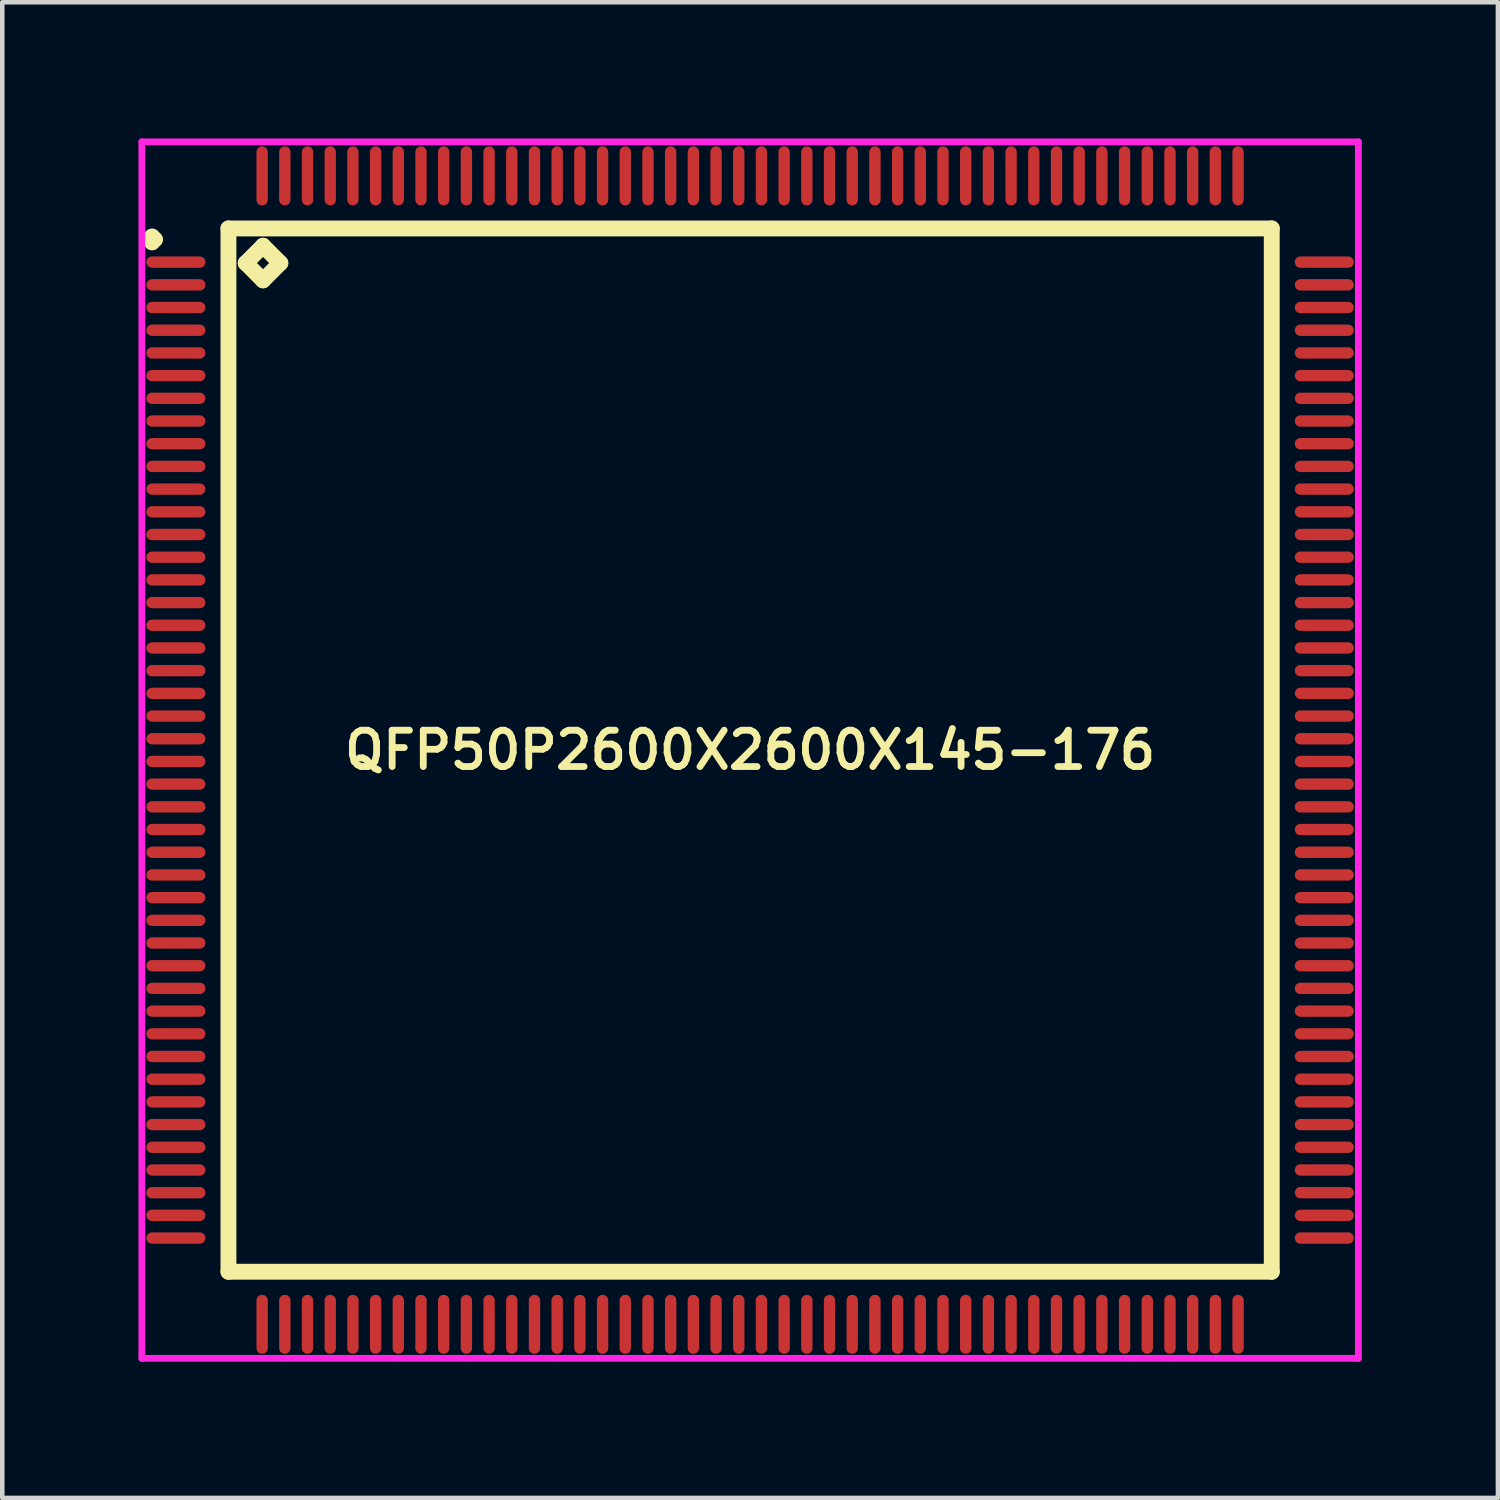
<source format=kicad_pcb>
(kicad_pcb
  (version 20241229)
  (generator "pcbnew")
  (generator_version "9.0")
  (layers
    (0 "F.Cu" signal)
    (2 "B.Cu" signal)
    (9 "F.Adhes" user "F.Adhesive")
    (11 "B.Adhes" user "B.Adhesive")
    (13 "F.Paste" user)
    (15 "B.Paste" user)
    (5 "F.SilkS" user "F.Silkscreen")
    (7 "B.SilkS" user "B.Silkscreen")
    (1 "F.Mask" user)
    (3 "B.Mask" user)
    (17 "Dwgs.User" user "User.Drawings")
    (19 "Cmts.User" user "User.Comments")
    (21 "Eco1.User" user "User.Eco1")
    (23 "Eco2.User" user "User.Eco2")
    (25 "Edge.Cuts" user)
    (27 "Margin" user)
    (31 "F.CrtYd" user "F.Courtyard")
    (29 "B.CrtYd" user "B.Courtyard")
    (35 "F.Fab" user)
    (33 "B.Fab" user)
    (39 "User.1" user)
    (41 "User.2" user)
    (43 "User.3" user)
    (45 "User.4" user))
  (footprint "QFP50P2600X2600X145-176"
    (layer "F.Cu")
    (at 13.475 13.475)
    (property "Reference" "QFP50P2600X2600X145-176" (at 0 0 0) (layer "F.SilkS") (effects (font (size 0.8 0.8) (thickness 0.15))))
    (attr through_hole)
    (fp_line (start -13.238 -11.25) (end -13.175 -11.312) (stroke (width 0.35) (type solid)) (layer "F.SilkS"))
    (fp_line (start -13.175 -11.312) (end -13.113 -11.25) (stroke (width 0.35) (type solid)) (layer "F.SilkS"))
    (fp_line (start -13.175 -11.188) (end -13.238 -11.25) (stroke (width 0.35) (type solid)) (layer "F.SilkS"))
    (fp_line (start -13.113 -11.25) (end -13.175 -11.188) (stroke (width 0.35) (type solid)) (layer "F.SilkS"))
    (fp_line (start -11.492 -11.492) (end -11.492 11.492) (stroke (width 0.35) (type solid)) (layer "F.SilkS"))
    (fp_line (start -11.492 11.492) (end 11.492 11.492) (stroke (width 0.35) (type solid)) (layer "F.SilkS"))
    (fp_line (start -11.111 -10.73) (end -10.73 -11.111) (stroke (width 0.35) (type solid)) (layer "F.SilkS"))
    (fp_line (start -10.73 -11.111) (end -10.349 -10.73) (stroke (width 0.35) (type solid)) (layer "F.SilkS"))
    (fp_line (start -10.73 -10.349) (end -11.111 -10.73) (stroke (width 0.35) (type solid)) (layer "F.SilkS"))
    (fp_line (start -10.349 -10.73) (end -10.73 -10.349) (stroke (width 0.35) (type solid)) (layer "F.SilkS"))
    (fp_line (start 11.492 -11.492) (end -11.492 -11.492) (stroke (width 0.35) (type solid)) (layer "F.SilkS"))
    (fp_line (start 11.492 11.492) (end 11.492 -11.492) (stroke (width 0.35) (type solid)) (layer "F.SilkS"))
    (fp_line (start -13.4 -13.4) (end 13.4 -13.4) (stroke (width 0.15) (type solid)) (layer "F.CrtYd"))
    (fp_line (start -13.4 13.4) (end -13.4 -13.4) (stroke (width 0.15) (type solid)) (layer "F.CrtYd"))
    (fp_line (start 13.4 -13.4) (end 13.4 13.4) (stroke (width 0.15) (type solid)) (layer "F.CrtYd"))
    (fp_line (start 13.4 13.4) (end -13.4 13.4) (stroke (width 0.15) (type solid)) (layer "F.CrtYd"))
    (pad "1" smd oval (at -12.65 -10.75) (size 1.3 0.25) (layers "F.Cu" "F.Mask" "F.Paste"))
    (pad "2" smd oval (at -12.65 -10.25) (size 1.3 0.25) (layers "F.Cu" "F.Mask" "F.Paste"))
    (pad "3" smd oval (at -12.65 -9.75) (size 1.3 0.25) (layers "F.Cu" "F.Mask" "F.Paste"))
    (pad "4" smd oval (at -12.65 -9.25) (size 1.3 0.25) (layers "F.Cu" "F.Mask" "F.Paste"))
    (pad "5" smd oval (at -12.65 -8.75) (size 1.3 0.25) (layers "F.Cu" "F.Mask" "F.Paste"))
    (pad "6" smd oval (at -12.65 -8.25) (size 1.3 0.25) (layers "F.Cu" "F.Mask" "F.Paste"))
    (pad "7" smd oval (at -12.65 -7.75) (size 1.3 0.25) (layers "F.Cu" "F.Mask" "F.Paste"))
    (pad "8" smd oval (at -12.65 -7.25) (size 1.3 0.25) (layers "F.Cu" "F.Mask" "F.Paste"))
    (pad "9" smd oval (at -12.65 -6.75) (size 1.3 0.25) (layers "F.Cu" "F.Mask" "F.Paste"))
    (pad "10" smd oval (at -12.65 -6.25) (size 1.3 0.25) (layers "F.Cu" "F.Mask" "F.Paste"))
    (pad "11" smd oval (at -12.65 -5.75) (size 1.3 0.25) (layers "F.Cu" "F.Mask" "F.Paste"))
    (pad "12" smd oval (at -12.65 -5.25) (size 1.3 0.25) (layers "F.Cu" "F.Mask" "F.Paste"))
    (pad "13" smd oval (at -12.65 -4.75) (size 1.3 0.25) (layers "F.Cu" "F.Mask" "F.Paste"))
    (pad "14" smd oval (at -12.65 -4.25) (size 1.3 0.25) (layers "F.Cu" "F.Mask" "F.Paste"))
    (pad "15" smd oval (at -12.65 -3.75) (size 1.3 0.25) (layers "F.Cu" "F.Mask" "F.Paste"))
    (pad "16" smd oval (at -12.65 -3.25) (size 1.3 0.25) (layers "F.Cu" "F.Mask" "F.Paste"))
    (pad "17" smd oval (at -12.65 -2.75) (size 1.3 0.25) (layers "F.Cu" "F.Mask" "F.Paste"))
    (pad "18" smd oval (at -12.65 -2.25) (size 1.3 0.25) (layers "F.Cu" "F.Mask" "F.Paste"))
    (pad "19" smd oval (at -12.65 -1.75) (size 1.3 0.25) (layers "F.Cu" "F.Mask" "F.Paste"))
    (pad "20" smd oval (at -12.65 -1.25) (size 1.3 0.25) (layers "F.Cu" "F.Mask" "F.Paste"))
    (pad "21" smd oval (at -12.65 -0.75) (size 1.3 0.25) (layers "F.Cu" "F.Mask" "F.Paste"))
    (pad "22" smd oval (at -12.65 -0.25) (size 1.3 0.25) (layers "F.Cu" "F.Mask" "F.Paste"))
    (pad "23" smd oval (at -12.65 0.25) (size 1.3 0.25) (layers "F.Cu" "F.Mask" "F.Paste"))
    (pad "24" smd oval (at -12.65 0.75) (size 1.3 0.25) (layers "F.Cu" "F.Mask" "F.Paste"))
    (pad "25" smd oval (at -12.65 1.25) (size 1.3 0.25) (layers "F.Cu" "F.Mask" "F.Paste"))
    (pad "26" smd oval (at -12.65 1.75) (size 1.3 0.25) (layers "F.Cu" "F.Mask" "F.Paste"))
    (pad "27" smd oval (at -12.65 2.25) (size 1.3 0.25) (layers "F.Cu" "F.Mask" "F.Paste"))
    (pad "28" smd oval (at -12.65 2.75) (size 1.3 0.25) (layers "F.Cu" "F.Mask" "F.Paste"))
    (pad "29" smd oval (at -12.65 3.25) (size 1.3 0.25) (layers "F.Cu" "F.Mask" "F.Paste"))
    (pad "30" smd oval (at -12.65 3.75) (size 1.3 0.25) (layers "F.Cu" "F.Mask" "F.Paste"))
    (pad "31" smd oval (at -12.65 4.25) (size 1.3 0.25) (layers "F.Cu" "F.Mask" "F.Paste"))
    (pad "32" smd oval (at -12.65 4.75) (size 1.3 0.25) (layers "F.Cu" "F.Mask" "F.Paste"))
    (pad "33" smd oval (at -12.65 5.25) (size 1.3 0.25) (layers "F.Cu" "F.Mask" "F.Paste"))
    (pad "34" smd oval (at -12.65 5.75) (size 1.3 0.25) (layers "F.Cu" "F.Mask" "F.Paste"))
    (pad "35" smd oval (at -12.65 6.25) (size 1.3 0.25) (layers "F.Cu" "F.Mask" "F.Paste"))
    (pad "36" smd oval (at -12.65 6.75) (size 1.3 0.25) (layers "F.Cu" "F.Mask" "F.Paste"))
    (pad "37" smd oval (at -12.65 7.25) (size 1.3 0.25) (layers "F.Cu" "F.Mask" "F.Paste"))
    (pad "38" smd oval (at -12.65 7.75) (size 1.3 0.25) (layers "F.Cu" "F.Mask" "F.Paste"))
    (pad "39" smd oval (at -12.65 8.25) (size 1.3 0.25) (layers "F.Cu" "F.Mask" "F.Paste"))
    (pad "40" smd oval (at -12.65 8.75) (size 1.3 0.25) (layers "F.Cu" "F.Mask" "F.Paste"))
    (pad "41" smd oval (at -12.65 9.25) (size 1.3 0.25) (layers "F.Cu" "F.Mask" "F.Paste"))
    (pad "42" smd oval (at -12.65 9.75) (size 1.3 0.25) (layers "F.Cu" "F.Mask" "F.Paste"))
    (pad "43" smd oval (at -12.65 10.25) (size 1.3 0.25) (layers "F.Cu" "F.Mask" "F.Paste"))
    (pad "44" smd oval (at -12.65 10.75) (size 1.3 0.25) (layers "F.Cu" "F.Mask" "F.Paste"))
    (pad "45" smd oval (at -10.75 12.65) (size 0.25 1.3) (layers "F.Cu" "F.Mask" "F.Paste"))
    (pad "46" smd oval (at -10.25 12.65) (size 0.25 1.3) (layers "F.Cu" "F.Mask" "F.Paste"))
    (pad "47" smd oval (at -9.75 12.65) (size 0.25 1.3) (layers "F.Cu" "F.Mask" "F.Paste"))
    (pad "48" smd oval (at -9.25 12.65) (size 0.25 1.3) (layers "F.Cu" "F.Mask" "F.Paste"))
    (pad "49" smd oval (at -8.75 12.65) (size 0.25 1.3) (layers "F.Cu" "F.Mask" "F.Paste"))
    (pad "50" smd oval (at -8.25 12.65) (size 0.25 1.3) (layers "F.Cu" "F.Mask" "F.Paste"))
    (pad "51" smd oval (at -7.75 12.65) (size 0.25 1.3) (layers "F.Cu" "F.Mask" "F.Paste"))
    (pad "52" smd oval (at -7.25 12.65) (size 0.25 1.3) (layers "F.Cu" "F.Mask" "F.Paste"))
    (pad "53" smd oval (at -6.75 12.65) (size 0.25 1.3) (layers "F.Cu" "F.Mask" "F.Paste"))
    (pad "54" smd oval (at -6.25 12.65) (size 0.25 1.3) (layers "F.Cu" "F.Mask" "F.Paste"))
    (pad "55" smd oval (at -5.75 12.65) (size 0.25 1.3) (layers "F.Cu" "F.Mask" "F.Paste"))
    (pad "56" smd oval (at -5.25 12.65) (size 0.25 1.3) (layers "F.Cu" "F.Mask" "F.Paste"))
    (pad "57" smd oval (at -4.75 12.65) (size 0.25 1.3) (layers "F.Cu" "F.Mask" "F.Paste"))
    (pad "58" smd oval (at -4.25 12.65) (size 0.25 1.3) (layers "F.Cu" "F.Mask" "F.Paste"))
    (pad "59" smd oval (at -3.75 12.65) (size 0.25 1.3) (layers "F.Cu" "F.Mask" "F.Paste"))
    (pad "60" smd oval (at -3.25 12.65) (size 0.25 1.3) (layers "F.Cu" "F.Mask" "F.Paste"))
    (pad "61" smd oval (at -2.75 12.65) (size 0.25 1.3) (layers "F.Cu" "F.Mask" "F.Paste"))
    (pad "62" smd oval (at -2.25 12.65) (size 0.25 1.3) (layers "F.Cu" "F.Mask" "F.Paste"))
    (pad "63" smd oval (at -1.75 12.65) (size 0.25 1.3) (layers "F.Cu" "F.Mask" "F.Paste"))
    (pad "64" smd oval (at -1.25 12.65) (size 0.25 1.3) (layers "F.Cu" "F.Mask" "F.Paste"))
    (pad "65" smd oval (at -0.75 12.65) (size 0.25 1.3) (layers "F.Cu" "F.Mask" "F.Paste"))
    (pad "66" smd oval (at -0.25 12.65) (size 0.25 1.3) (layers "F.Cu" "F.Mask" "F.Paste"))
    (pad "67" smd oval (at 0.25 12.65) (size 0.25 1.3) (layers "F.Cu" "F.Mask" "F.Paste"))
    (pad "68" smd oval (at 0.75 12.65) (size 0.25 1.3) (layers "F.Cu" "F.Mask" "F.Paste"))
    (pad "69" smd oval (at 1.25 12.65) (size 0.25 1.3) (layers "F.Cu" "F.Mask" "F.Paste"))
    (pad "70" smd oval (at 1.75 12.65) (size 0.25 1.3) (layers "F.Cu" "F.Mask" "F.Paste"))
    (pad "71" smd oval (at 2.25 12.65) (size 0.25 1.3) (layers "F.Cu" "F.Mask" "F.Paste"))
    (pad "72" smd oval (at 2.75 12.65) (size 0.25 1.3) (layers "F.Cu" "F.Mask" "F.Paste"))
    (pad "73" smd oval (at 3.25 12.65) (size 0.25 1.3) (layers "F.Cu" "F.Mask" "F.Paste"))
    (pad "74" smd oval (at 3.75 12.65) (size 0.25 1.3) (layers "F.Cu" "F.Mask" "F.Paste"))
    (pad "75" smd oval (at 4.25 12.65) (size 0.25 1.3) (layers "F.Cu" "F.Mask" "F.Paste"))
    (pad "76" smd oval (at 4.75 12.65) (size 0.25 1.3) (layers "F.Cu" "F.Mask" "F.Paste"))
    (pad "77" smd oval (at 5.25 12.65) (size 0.25 1.3) (layers "F.Cu" "F.Mask" "F.Paste"))
    (pad "78" smd oval (at 5.75 12.65) (size 0.25 1.3) (layers "F.Cu" "F.Mask" "F.Paste"))
    (pad "79" smd oval (at 6.25 12.65) (size 0.25 1.3) (layers "F.Cu" "F.Mask" "F.Paste"))
    (pad "80" smd oval (at 6.75 12.65) (size 0.25 1.3) (layers "F.Cu" "F.Mask" "F.Paste"))
    (pad "81" smd oval (at 7.25 12.65) (size 0.25 1.3) (layers "F.Cu" "F.Mask" "F.Paste"))
    (pad "82" smd oval (at 7.75 12.65) (size 0.25 1.3) (layers "F.Cu" "F.Mask" "F.Paste"))
    (pad "83" smd oval (at 8.25 12.65) (size 0.25 1.3) (layers "F.Cu" "F.Mask" "F.Paste"))
    (pad "84" smd oval (at 8.75 12.65) (size 0.25 1.3) (layers "F.Cu" "F.Mask" "F.Paste"))
    (pad "85" smd oval (at 9.25 12.65) (size 0.25 1.3) (layers "F.Cu" "F.Mask" "F.Paste"))
    (pad "86" smd oval (at 9.75 12.65) (size 0.25 1.3) (layers "F.Cu" "F.Mask" "F.Paste"))
    (pad "87" smd oval (at 10.25 12.65) (size 0.25 1.3) (layers "F.Cu" "F.Mask" "F.Paste"))
    (pad "88" smd oval (at 10.75 12.65) (size 0.25 1.3) (layers "F.Cu" "F.Mask" "F.Paste"))
    (pad "89" smd oval (at 12.65 10.75) (size 1.3 0.25) (layers "F.Cu" "F.Mask" "F.Paste"))
    (pad "90" smd oval (at 12.65 10.25) (size 1.3 0.25) (layers "F.Cu" "F.Mask" "F.Paste"))
    (pad "91" smd oval (at 12.65 9.75) (size 1.3 0.25) (layers "F.Cu" "F.Mask" "F.Paste"))
    (pad "92" smd oval (at 12.65 9.25) (size 1.3 0.25) (layers "F.Cu" "F.Mask" "F.Paste"))
    (pad "93" smd oval (at 12.65 8.75) (size 1.3 0.25) (layers "F.Cu" "F.Mask" "F.Paste"))
    (pad "94" smd oval (at 12.65 8.25) (size 1.3 0.25) (layers "F.Cu" "F.Mask" "F.Paste"))
    (pad "95" smd oval (at 12.65 7.75) (size 1.3 0.25) (layers "F.Cu" "F.Mask" "F.Paste"))
    (pad "96" smd oval (at 12.65 7.25) (size 1.3 0.25) (layers "F.Cu" "F.Mask" "F.Paste"))
    (pad "97" smd oval (at 12.65 6.75) (size 1.3 0.25) (layers "F.Cu" "F.Mask" "F.Paste"))
    (pad "98" smd oval (at 12.65 6.25) (size 1.3 0.25) (layers "F.Cu" "F.Mask" "F.Paste"))
    (pad "99" smd oval (at 12.65 5.75) (size 1.3 0.25) (layers "F.Cu" "F.Mask" "F.Paste"))
    (pad "100" smd oval (at 12.65 5.25) (size 1.3 0.25) (layers "F.Cu" "F.Mask" "F.Paste"))
    (pad "101" smd oval (at 12.65 4.75) (size 1.3 0.25) (layers "F.Cu" "F.Mask" "F.Paste"))
    (pad "102" smd oval (at 12.65 4.25) (size 1.3 0.25) (layers "F.Cu" "F.Mask" "F.Paste"))
    (pad "103" smd oval (at 12.65 3.75) (size 1.3 0.25) (layers "F.Cu" "F.Mask" "F.Paste"))
    (pad "104" smd oval (at 12.65 3.25) (size 1.3 0.25) (layers "F.Cu" "F.Mask" "F.Paste"))
    (pad "105" smd oval (at 12.65 2.75) (size 1.3 0.25) (layers "F.Cu" "F.Mask" "F.Paste"))
    (pad "106" smd oval (at 12.65 2.25) (size 1.3 0.25) (layers "F.Cu" "F.Mask" "F.Paste"))
    (pad "107" smd oval (at 12.65 1.75) (size 1.3 0.25) (layers "F.Cu" "F.Mask" "F.Paste"))
    (pad "108" smd oval (at 12.65 1.25) (size 1.3 0.25) (layers "F.Cu" "F.Mask" "F.Paste"))
    (pad "109" smd oval (at 12.65 0.75) (size 1.3 0.25) (layers "F.Cu" "F.Mask" "F.Paste"))
    (pad "110" smd oval (at 12.65 0.25) (size 1.3 0.25) (layers "F.Cu" "F.Mask" "F.Paste"))
    (pad "111" smd oval (at 12.65 -0.25) (size 1.3 0.25) (layers "F.Cu" "F.Mask" "F.Paste"))
    (pad "112" smd oval (at 12.65 -0.75) (size 1.3 0.25) (layers "F.Cu" "F.Mask" "F.Paste"))
    (pad "113" smd oval (at 12.65 -1.25) (size 1.3 0.25) (layers "F.Cu" "F.Mask" "F.Paste"))
    (pad "114" smd oval (at 12.65 -1.75) (size 1.3 0.25) (layers "F.Cu" "F.Mask" "F.Paste"))
    (pad "115" smd oval (at 12.65 -2.25) (size 1.3 0.25) (layers "F.Cu" "F.Mask" "F.Paste"))
    (pad "116" smd oval (at 12.65 -2.75) (size 1.3 0.25) (layers "F.Cu" "F.Mask" "F.Paste"))
    (pad "117" smd oval (at 12.65 -3.25) (size 1.3 0.25) (layers "F.Cu" "F.Mask" "F.Paste"))
    (pad "118" smd oval (at 12.65 -3.75) (size 1.3 0.25) (layers "F.Cu" "F.Mask" "F.Paste"))
    (pad "119" smd oval (at 12.65 -4.25) (size 1.3 0.25) (layers "F.Cu" "F.Mask" "F.Paste"))
    (pad "120" smd oval (at 12.65 -4.75) (size 1.3 0.25) (layers "F.Cu" "F.Mask" "F.Paste"))
    (pad "121" smd oval (at 12.65 -5.25) (size 1.3 0.25) (layers "F.Cu" "F.Mask" "F.Paste"))
    (pad "122" smd oval (at 12.65 -5.75) (size 1.3 0.25) (layers "F.Cu" "F.Mask" "F.Paste"))
    (pad "123" smd oval (at 12.65 -6.25) (size 1.3 0.25) (layers "F.Cu" "F.Mask" "F.Paste"))
    (pad "124" smd oval (at 12.65 -6.75) (size 1.3 0.25) (layers "F.Cu" "F.Mask" "F.Paste"))
    (pad "125" smd oval (at 12.65 -7.25) (size 1.3 0.25) (layers "F.Cu" "F.Mask" "F.Paste"))
    (pad "126" smd oval (at 12.65 -7.75) (size 1.3 0.25) (layers "F.Cu" "F.Mask" "F.Paste"))
    (pad "127" smd oval (at 12.65 -8.25) (size 1.3 0.25) (layers "F.Cu" "F.Mask" "F.Paste"))
    (pad "128" smd oval (at 12.65 -8.75) (size 1.3 0.25) (layers "F.Cu" "F.Mask" "F.Paste"))
    (pad "129" smd oval (at 12.65 -9.25) (size 1.3 0.25) (layers "F.Cu" "F.Mask" "F.Paste"))
    (pad "130" smd oval (at 12.65 -9.75) (size 1.3 0.25) (layers "F.Cu" "F.Mask" "F.Paste"))
    (pad "131" smd oval (at 12.65 -10.25) (size 1.3 0.25) (layers "F.Cu" "F.Mask" "F.Paste"))
    (pad "132" smd oval (at 12.65 -10.75) (size 1.3 0.25) (layers "F.Cu" "F.Mask" "F.Paste"))
    (pad "133" smd oval (at 10.75 -12.65) (size 0.25 1.3) (layers "F.Cu" "F.Mask" "F.Paste"))
    (pad "134" smd oval (at 10.25 -12.65) (size 0.25 1.3) (layers "F.Cu" "F.Mask" "F.Paste"))
    (pad "135" smd oval (at 9.75 -12.65) (size 0.25 1.3) (layers "F.Cu" "F.Mask" "F.Paste"))
    (pad "136" smd oval (at 9.25 -12.65) (size 0.25 1.3) (layers "F.Cu" "F.Mask" "F.Paste"))
    (pad "137" smd oval (at 8.75 -12.65) (size 0.25 1.3) (layers "F.Cu" "F.Mask" "F.Paste"))
    (pad "138" smd oval (at 8.25 -12.65) (size 0.25 1.3) (layers "F.Cu" "F.Mask" "F.Paste"))
    (pad "139" smd oval (at 7.75 -12.65) (size 0.25 1.3) (layers "F.Cu" "F.Mask" "F.Paste"))
    (pad "140" smd oval (at 7.25 -12.65) (size 0.25 1.3) (layers "F.Cu" "F.Mask" "F.Paste"))
    (pad "141" smd oval (at 6.75 -12.65) (size 0.25 1.3) (layers "F.Cu" "F.Mask" "F.Paste"))
    (pad "142" smd oval (at 6.25 -12.65) (size 0.25 1.3) (layers "F.Cu" "F.Mask" "F.Paste"))
    (pad "143" smd oval (at 5.75 -12.65) (size 0.25 1.3) (layers "F.Cu" "F.Mask" "F.Paste"))
    (pad "144" smd oval (at 5.25 -12.65) (size 0.25 1.3) (layers "F.Cu" "F.Mask" "F.Paste"))
    (pad "145" smd oval (at 4.75 -12.65) (size 0.25 1.3) (layers "F.Cu" "F.Mask" "F.Paste"))
    (pad "146" smd oval (at 4.25 -12.65) (size 0.25 1.3) (layers "F.Cu" "F.Mask" "F.Paste"))
    (pad "147" smd oval (at 3.75 -12.65) (size 0.25 1.3) (layers "F.Cu" "F.Mask" "F.Paste"))
    (pad "148" smd oval (at 3.25 -12.65) (size 0.25 1.3) (layers "F.Cu" "F.Mask" "F.Paste"))
    (pad "149" smd oval (at 2.75 -12.65) (size 0.25 1.3) (layers "F.Cu" "F.Mask" "F.Paste"))
    (pad "150" smd oval (at 2.25 -12.65) (size 0.25 1.3) (layers "F.Cu" "F.Mask" "F.Paste"))
    (pad "151" smd oval (at 1.75 -12.65) (size 0.25 1.3) (layers "F.Cu" "F.Mask" "F.Paste"))
    (pad "152" smd oval (at 1.25 -12.65) (size 0.25 1.3) (layers "F.Cu" "F.Mask" "F.Paste"))
    (pad "153" smd oval (at 0.75 -12.65) (size 0.25 1.3) (layers "F.Cu" "F.Mask" "F.Paste"))
    (pad "154" smd oval (at 0.25 -12.65) (size 0.25 1.3) (layers "F.Cu" "F.Mask" "F.Paste"))
    (pad "155" smd oval (at -0.25 -12.65) (size 0.25 1.3) (layers "F.Cu" "F.Mask" "F.Paste"))
    (pad "156" smd oval (at -0.75 -12.65) (size 0.25 1.3) (layers "F.Cu" "F.Mask" "F.Paste"))
    (pad "157" smd oval (at -1.25 -12.65) (size 0.25 1.3) (layers "F.Cu" "F.Mask" "F.Paste"))
    (pad "158" smd oval (at -1.75 -12.65) (size 0.25 1.3) (layers "F.Cu" "F.Mask" "F.Paste"))
    (pad "159" smd oval (at -2.25 -12.65) (size 0.25 1.3) (layers "F.Cu" "F.Mask" "F.Paste"))
    (pad "160" smd oval (at -2.75 -12.65) (size 0.25 1.3) (layers "F.Cu" "F.Mask" "F.Paste"))
    (pad "161" smd oval (at -3.25 -12.65) (size 0.25 1.3) (layers "F.Cu" "F.Mask" "F.Paste"))
    (pad "162" smd oval (at -3.75 -12.65) (size 0.25 1.3) (layers "F.Cu" "F.Mask" "F.Paste"))
    (pad "163" smd oval (at -4.25 -12.65) (size 0.25 1.3) (layers "F.Cu" "F.Mask" "F.Paste"))
    (pad "164" smd oval (at -4.75 -12.65) (size 0.25 1.3) (layers "F.Cu" "F.Mask" "F.Paste"))
    (pad "165" smd oval (at -5.25 -12.65) (size 0.25 1.3) (layers "F.Cu" "F.Mask" "F.Paste"))
    (pad "166" smd oval (at -5.75 -12.65) (size 0.25 1.3) (layers "F.Cu" "F.Mask" "F.Paste"))
    (pad "167" smd oval (at -6.25 -12.65) (size 0.25 1.3) (layers "F.Cu" "F.Mask" "F.Paste"))
    (pad "168" smd oval (at -6.75 -12.65) (size 0.25 1.3) (layers "F.Cu" "F.Mask" "F.Paste"))
    (pad "169" smd oval (at -7.25 -12.65) (size 0.25 1.3) (layers "F.Cu" "F.Mask" "F.Paste"))
    (pad "170" smd oval (at -7.75 -12.65) (size 0.25 1.3) (layers "F.Cu" "F.Mask" "F.Paste"))
    (pad "171" smd oval (at -8.25 -12.65) (size 0.25 1.3) (layers "F.Cu" "F.Mask" "F.Paste"))
    (pad "172" smd oval (at -8.75 -12.65) (size 0.25 1.3) (layers "F.Cu" "F.Mask" "F.Paste"))
    (pad "173" smd oval (at -9.25 -12.65) (size 0.25 1.3) (layers "F.Cu" "F.Mask" "F.Paste"))
    (pad "174" smd oval (at -9.75 -12.65) (size 0.25 1.3) (layers "F.Cu" "F.Mask" "F.Paste"))
    (pad "175" smd oval (at -10.25 -12.65) (size 0.25 1.3) (layers "F.Cu" "F.Mask" "F.Paste"))
    (pad "176" smd oval (at -10.75 -12.65) (size 0.25 1.3) (layers "F.Cu" "F.Mask" "F.Paste")))
  (gr_rect
    (start -3 -3)
    (end 29.95 29.95)
    (stroke (width 0.1) (type default))
    (fill no)
    (layer "Edge.Cuts")))
</source>
